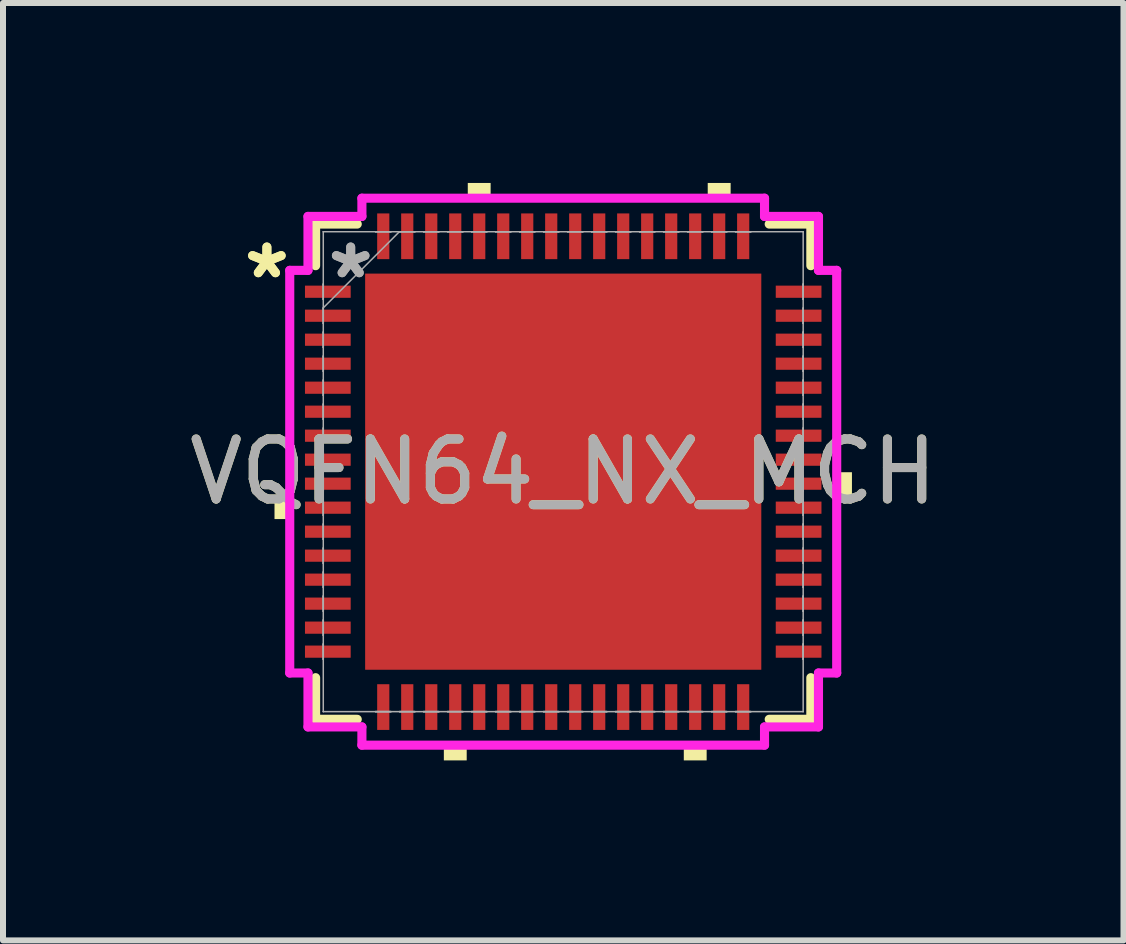
<source format=kicad_pcb>
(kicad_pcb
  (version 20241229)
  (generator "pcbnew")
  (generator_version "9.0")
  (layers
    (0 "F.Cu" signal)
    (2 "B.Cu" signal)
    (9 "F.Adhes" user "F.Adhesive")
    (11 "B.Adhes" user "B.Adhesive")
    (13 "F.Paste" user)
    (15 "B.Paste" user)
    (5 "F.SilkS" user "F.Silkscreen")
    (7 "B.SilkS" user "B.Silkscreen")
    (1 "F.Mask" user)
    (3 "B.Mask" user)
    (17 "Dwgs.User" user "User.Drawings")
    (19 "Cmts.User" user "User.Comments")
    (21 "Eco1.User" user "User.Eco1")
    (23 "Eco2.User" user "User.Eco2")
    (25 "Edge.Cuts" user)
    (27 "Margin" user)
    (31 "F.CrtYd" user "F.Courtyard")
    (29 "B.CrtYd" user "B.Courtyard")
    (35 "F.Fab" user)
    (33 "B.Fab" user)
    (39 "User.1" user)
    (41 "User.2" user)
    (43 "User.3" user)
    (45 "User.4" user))
  (footprint "VQFN64_NX_MCH"
    (layer "F.Cu")
    (at 6.339 4.813)
    (property "Reference" "VQFN64_NX_MCH" (at 0 0 0) (unlocked yes) (layer "F.SilkS") (effects (font (size 1 1) (thickness 0.15))))
    (attr smd)
    (fp_line (start -4.128 -4.128) (end -4.128 -3.434) (stroke (width 0.152) (type solid)) (layer "F.SilkS"))
    (fp_line (start -4.128 3.434) (end -4.128 4.128) (stroke (width 0.152) (type solid)) (layer "F.SilkS"))
    (fp_line (start -4.128 4.128) (end -3.434 4.128) (stroke (width 0.152) (type solid)) (layer "F.SilkS"))
    (fp_line (start -3.434 -4.128) (end -4.128 -4.128) (stroke (width 0.152) (type solid)) (layer "F.SilkS"))
    (fp_line (start 3.434 4.128) (end 4.128 4.128) (stroke (width 0.152) (type solid)) (layer "F.SilkS"))
    (fp_line (start 4.128 -4.128) (end 3.434 -4.128) (stroke (width 0.152) (type solid)) (layer "F.SilkS"))
    (fp_line (start 4.128 -3.434) (end 4.128 -4.128) (stroke (width 0.152) (type solid)) (layer "F.SilkS"))
    (fp_line (start 4.128 4.128) (end 4.128 3.434) (stroke (width 0.152) (type solid)) (layer "F.SilkS"))
    (fp_poly (pts (xy -4.813 0.409) (xy -4.813 0.79) (xy -4.559 0.79) (xy -4.559 0.409)) (stroke (width 0) (type solid)) (fill yes) (layer "F.SilkS"))
    (fp_poly (pts (xy -1.99 4.559) (xy -1.99 4.813) (xy -1.609 4.813) (xy -1.609 4.559)) (stroke (width 0) (type solid)) (fill yes) (layer "F.SilkS"))
    (fp_poly (pts (xy -1.591 -4.559) (xy -1.591 -4.813) (xy -1.21 -4.813) (xy -1.21 -4.559)) (stroke (width 0) (type solid)) (fill yes) (layer "F.SilkS"))
    (fp_poly (pts (xy 2.01 4.559) (xy 2.01 4.813) (xy 2.391 4.813) (xy 2.391 4.559)) (stroke (width 0) (type solid)) (fill yes) (layer "F.SilkS"))
    (fp_poly (pts (xy 2.409 -4.559) (xy 2.409 -4.813) (xy 2.791 -4.813) (xy 2.791 -4.559)) (stroke (width 0) (type solid)) (fill yes) (layer "F.SilkS"))
    (fp_poly (pts (xy 4.813 0.009) (xy 4.813 0.391) (xy 4.559 0.391) (xy 4.559 0.009)) (stroke (width 0) (type solid)) (fill yes) (layer "F.SilkS"))
    (fp_poly (pts (xy -3.202 -3.202) (xy -3.202 -2.081) (xy -2.081 -2.081) (xy -2.081 -3.202)) (stroke (width 0) (type solid)) (fill yes) (layer "F.Paste"))
    (fp_poly (pts (xy -3.202 -1.881) (xy -3.202 -0.76) (xy -2.081 -0.76) (xy -2.081 -1.881)) (stroke (width 0) (type solid)) (fill yes) (layer "F.Paste"))
    (fp_poly (pts (xy -3.202 -0.56) (xy -3.202 0.56) (xy -2.081 0.56) (xy -2.081 -0.56)) (stroke (width 0) (type solid)) (fill yes) (layer "F.Paste"))
    (fp_poly (pts (xy -3.202 0.76) (xy -3.202 1.881) (xy -2.081 1.881) (xy -2.081 0.76)) (stroke (width 0) (type solid)) (fill yes) (layer "F.Paste"))
    (fp_poly (pts (xy -3.202 2.081) (xy -3.202 3.202) (xy -2.081 3.202) (xy -2.081 2.081)) (stroke (width 0) (type solid)) (fill yes) (layer "F.Paste"))
    (fp_poly (pts (xy -1.881 -3.202) (xy -1.881 -2.081) (xy -0.76 -2.081) (xy -0.76 -3.202)) (stroke (width 0) (type solid)) (fill yes) (layer "F.Paste"))
    (fp_poly (pts (xy -1.881 -1.881) (xy -1.881 -0.76) (xy -0.76 -0.76) (xy -0.76 -1.881)) (stroke (width 0) (type solid)) (fill yes) (layer "F.Paste"))
    (fp_poly (pts (xy -1.881 -0.56) (xy -1.881 0.56) (xy -0.76 0.56) (xy -0.76 -0.56)) (stroke (width 0) (type solid)) (fill yes) (layer "F.Paste"))
    (fp_poly (pts (xy -1.881 0.76) (xy -1.881 1.881) (xy -0.76 1.881) (xy -0.76 0.76)) (stroke (width 0) (type solid)) (fill yes) (layer "F.Paste"))
    (fp_poly (pts (xy -1.881 2.081) (xy -1.881 3.202) (xy -0.76 3.202) (xy -0.76 2.081)) (stroke (width 0) (type solid)) (fill yes) (layer "F.Paste"))
    (fp_poly (pts (xy -0.56 -3.202) (xy -0.56 -2.081) (xy 0.56 -2.081) (xy 0.56 -3.202)) (stroke (width 0) (type solid)) (fill yes) (layer "F.Paste"))
    (fp_poly (pts (xy -0.56 -1.881) (xy -0.56 -0.76) (xy 0.56 -0.76) (xy 0.56 -1.881)) (stroke (width 0) (type solid)) (fill yes) (layer "F.Paste"))
    (fp_poly (pts (xy -0.56 -0.56) (xy -0.56 0.56) (xy 0.56 0.56) (xy 0.56 -0.56)) (stroke (width 0) (type solid)) (fill yes) (layer "F.Paste"))
    (fp_poly (pts (xy -0.56 0.76) (xy -0.56 1.881) (xy 0.56 1.881) (xy 0.56 0.76)) (stroke (width 0) (type solid)) (fill yes) (layer "F.Paste"))
    (fp_poly (pts (xy -0.56 2.081) (xy -0.56 3.202) (xy 0.56 3.202) (xy 0.56 2.081)) (stroke (width 0) (type solid)) (fill yes) (layer "F.Paste"))
    (fp_poly (pts (xy 0.76 -3.202) (xy 0.76 -2.081) (xy 1.881 -2.081) (xy 1.881 -3.202)) (stroke (width 0) (type solid)) (fill yes) (layer "F.Paste"))
    (fp_poly (pts (xy 0.76 -1.881) (xy 0.76 -0.76) (xy 1.881 -0.76) (xy 1.881 -1.881)) (stroke (width 0) (type solid)) (fill yes) (layer "F.Paste"))
    (fp_poly (pts (xy 0.76 -0.56) (xy 0.76 0.56) (xy 1.881 0.56) (xy 1.881 -0.56)) (stroke (width 0) (type solid)) (fill yes) (layer "F.Paste"))
    (fp_poly (pts (xy 0.76 0.76) (xy 0.76 1.881) (xy 1.881 1.881) (xy 1.881 0.76)) (stroke (width 0) (type solid)) (fill yes) (layer "F.Paste"))
    (fp_poly (pts (xy 0.76 2.081) (xy 0.76 3.202) (xy 1.881 3.202) (xy 1.881 2.081)) (stroke (width 0) (type solid)) (fill yes) (layer "F.Paste"))
    (fp_poly (pts (xy 2.081 -3.202) (xy 2.081 -2.081) (xy 3.202 -2.081) (xy 3.202 -3.202)) (stroke (width 0) (type solid)) (fill yes) (layer "F.Paste"))
    (fp_poly (pts (xy 2.081 -1.881) (xy 2.081 -0.76) (xy 3.202 -0.76) (xy 3.202 -1.881)) (stroke (width 0) (type solid)) (fill yes) (layer "F.Paste"))
    (fp_poly (pts (xy 2.081 -0.56) (xy 2.081 0.56) (xy 3.202 0.56) (xy 3.202 -0.56)) (stroke (width 0) (type solid)) (fill yes) (layer "F.Paste"))
    (fp_poly (pts (xy 2.081 0.76) (xy 2.081 1.881) (xy 3.202 1.881) (xy 3.202 0.76)) (stroke (width 0) (type solid)) (fill yes) (layer "F.Paste"))
    (fp_poly (pts (xy 2.081 2.081) (xy 2.081 3.202) (xy 3.202 3.202) (xy 3.202 2.081)) (stroke (width 0) (type solid)) (fill yes) (layer "F.Paste"))
    (fp_line (start -4.559 -3.356) (end -4.255 -3.356) (stroke (width 0.152) (type solid)) (layer "F.CrtYd"))
    (fp_line (start -4.559 3.356) (end -4.559 -3.356) (stroke (width 0.152) (type solid)) (layer "F.CrtYd"))
    (fp_line (start -4.255 -4.255) (end -3.356 -4.255) (stroke (width 0.152) (type solid)) (layer "F.CrtYd"))
    (fp_line (start -4.255 -3.356) (end -4.255 -4.255) (stroke (width 0.152) (type solid)) (layer "F.CrtYd"))
    (fp_line (start -4.255 3.356) (end -4.559 3.356) (stroke (width 0.152) (type solid)) (layer "F.CrtYd"))
    (fp_line (start -4.255 4.255) (end -4.255 3.356) (stroke (width 0.152) (type solid)) (layer "F.CrtYd"))
    (fp_line (start -3.356 -4.559) (end 3.356 -4.559) (stroke (width 0.152) (type solid)) (layer "F.CrtYd"))
    (fp_line (start -3.356 -4.255) (end -3.356 -4.559) (stroke (width 0.152) (type solid)) (layer "F.CrtYd"))
    (fp_line (start -3.356 4.255) (end -4.255 4.255) (stroke (width 0.152) (type solid)) (layer "F.CrtYd"))
    (fp_line (start -3.356 4.559) (end -3.356 4.255) (stroke (width 0.152) (type solid)) (layer "F.CrtYd"))
    (fp_line (start 3.356 -4.559) (end 3.356 -4.255) (stroke (width 0.152) (type solid)) (layer "F.CrtYd"))
    (fp_line (start 3.356 -4.255) (end 4.255 -4.255) (stroke (width 0.152) (type solid)) (layer "F.CrtYd"))
    (fp_line (start 3.356 4.255) (end 3.356 4.559) (stroke (width 0.152) (type solid)) (layer "F.CrtYd"))
    (fp_line (start 3.356 4.559) (end -3.356 4.559) (stroke (width 0.152) (type solid)) (layer "F.CrtYd"))
    (fp_line (start 4.255 -4.255) (end 4.255 -3.356) (stroke (width 0.152) (type solid)) (layer "F.CrtYd"))
    (fp_line (start 4.255 -3.356) (end 4.559 -3.356) (stroke (width 0.152) (type solid)) (layer "F.CrtYd"))
    (fp_line (start 4.255 3.356) (end 4.255 4.255) (stroke (width 0.152) (type solid)) (layer "F.CrtYd"))
    (fp_line (start 4.255 4.255) (end 3.356 4.255) (stroke (width 0.152) (type solid)) (layer "F.CrtYd"))
    (fp_line (start 4.559 -3.356) (end 4.559 3.356) (stroke (width 0.152) (type solid)) (layer "F.CrtYd"))
    (fp_line (start 4.559 3.356) (end 4.255 3.356) (stroke (width 0.152) (type solid)) (layer "F.CrtYd"))
    (fp_line (start -4 -4) (end -4 -4) (stroke (width 0.025) (type solid)) (layer "F.Fab"))
    (fp_line (start -4 -4) (end -4 4) (stroke (width 0.025) (type solid)) (layer "F.Fab"))
    (fp_line (start -4 -3.127) (end -4 -3.127) (stroke (width 0.025) (type solid)) (layer "F.Fab"))
    (fp_line (start -4 -3.127) (end -4 -2.873) (stroke (width 0.025) (type solid)) (layer "F.Fab"))
    (fp_line (start -4 -2.873) (end -4 -3.127) (stroke (width 0.025) (type solid)) (layer "F.Fab"))
    (fp_line (start -4 -2.873) (end -4 -2.873) (stroke (width 0.025) (type solid)) (layer "F.Fab"))
    (fp_line (start -4 -2.731) (end -2.731 -4) (stroke (width 0.025) (type solid)) (layer "F.Fab"))
    (fp_line (start -4 -2.727) (end -4 -2.727) (stroke (width 0.025) (type solid)) (layer "F.Fab"))
    (fp_line (start -4 -2.727) (end -4 -2.473) (stroke (width 0.025) (type solid)) (layer "F.Fab"))
    (fp_line (start -4 -2.473) (end -4 -2.727) (stroke (width 0.025) (type solid)) (layer "F.Fab"))
    (fp_line (start -4 -2.473) (end -4 -2.473) (stroke (width 0.025) (type solid)) (layer "F.Fab"))
    (fp_line (start -4 -2.327) (end -4 -2.327) (stroke (width 0.025) (type solid)) (layer "F.Fab"))
    (fp_line (start -4 -2.327) (end -4 -2.073) (stroke (width 0.025) (type solid)) (layer "F.Fab"))
    (fp_line (start -4 -2.073) (end -4 -2.327) (stroke (width 0.025) (type solid)) (layer "F.Fab"))
    (fp_line (start -4 -2.073) (end -4 -2.073) (stroke (width 0.025) (type solid)) (layer "F.Fab"))
    (fp_line (start -4 -1.927) (end -4 -1.927) (stroke (width 0.025) (type solid)) (layer "F.Fab"))
    (fp_line (start -4 -1.927) (end -4 -1.673) (stroke (width 0.025) (type solid)) (layer "F.Fab"))
    (fp_line (start -4 -1.673) (end -4 -1.927) (stroke (width 0.025) (type solid)) (layer "F.Fab"))
    (fp_line (start -4 -1.673) (end -4 -1.673) (stroke (width 0.025) (type solid)) (layer "F.Fab"))
    (fp_line (start -4 -1.527) (end -4 -1.527) (stroke (width 0.025) (type solid)) (layer "F.Fab"))
    (fp_line (start -4 -1.527) (end -4 -1.273) (stroke (width 0.025) (type solid)) (layer "F.Fab"))
    (fp_line (start -4 -1.273) (end -4 -1.527) (stroke (width 0.025) (type solid)) (layer "F.Fab"))
    (fp_line (start -4 -1.273) (end -4 -1.273) (stroke (width 0.025) (type solid)) (layer "F.Fab"))
    (fp_line (start -4 -1.127) (end -4 -1.127) (stroke (width 0.025) (type solid)) (layer "F.Fab"))
    (fp_line (start -4 -1.127) (end -4 -0.873) (stroke (width 0.025) (type solid)) (layer "F.Fab"))
    (fp_line (start -4 -0.873) (end -4 -1.127) (stroke (width 0.025) (type solid)) (layer "F.Fab"))
    (fp_line (start -4 -0.873) (end -4 -0.873) (stroke (width 0.025) (type solid)) (layer "F.Fab"))
    (fp_line (start -4 -0.727) (end -4 -0.727) (stroke (width 0.025) (type solid)) (layer "F.Fab"))
    (fp_line (start -4 -0.727) (end -4 -0.473) (stroke (width 0.025) (type solid)) (layer "F.Fab"))
    (fp_line (start -4 -0.473) (end -4 -0.727) (stroke (width 0.025) (type solid)) (layer "F.Fab"))
    (fp_line (start -4 -0.473) (end -4 -0.473) (stroke (width 0.025) (type solid)) (layer "F.Fab"))
    (fp_line (start -4 -0.327) (end -4 -0.327) (stroke (width 0.025) (type solid)) (layer "F.Fab"))
    (fp_line (start -4 -0.327) (end -4 -0.073) (stroke (width 0.025) (type solid)) (layer "F.Fab"))
    (fp_line (start -4 -0.073) (end -4 -0.327) (stroke (width 0.025) (type solid)) (layer "F.Fab"))
    (fp_line (start -4 -0.073) (end -4 -0.073) (stroke (width 0.025) (type solid)) (layer "F.Fab"))
    (fp_line (start -4 0.073) (end -4 0.073) (stroke (width 0.025) (type solid)) (layer "F.Fab"))
    (fp_line (start -4 0.073) (end -4 0.327) (stroke (width 0.025) (type solid)) (layer "F.Fab"))
    (fp_line (start -4 0.327) (end -4 0.073) (stroke (width 0.025) (type solid)) (layer "F.Fab"))
    (fp_line (start -4 0.327) (end -4 0.327) (stroke (width 0.025) (type solid)) (layer "F.Fab"))
    (fp_line (start -4 0.473) (end -4 0.473) (stroke (width 0.025) (type solid)) (layer "F.Fab"))
    (fp_line (start -4 0.473) (end -4 0.727) (stroke (width 0.025) (type solid)) (layer "F.Fab"))
    (fp_line (start -4 0.727) (end -4 0.473) (stroke (width 0.025) (type solid)) (layer "F.Fab"))
    (fp_line (start -4 0.727) (end -4 0.727) (stroke (width 0.025) (type solid)) (layer "F.Fab"))
    (fp_line (start -4 0.873) (end -4 0.873) (stroke (width 0.025) (type solid)) (layer "F.Fab"))
    (fp_line (start -4 0.873) (end -4 1.127) (stroke (width 0.025) (type solid)) (layer "F.Fab"))
    (fp_line (start -4 1.127) (end -4 0.873) (stroke (width 0.025) (type solid)) (layer "F.Fab"))
    (fp_line (start -4 1.127) (end -4 1.127) (stroke (width 0.025) (type solid)) (layer "F.Fab"))
    (fp_line (start -4 1.273) (end -4 1.273) (stroke (width 0.025) (type solid)) (layer "F.Fab"))
    (fp_line (start -4 1.273) (end -4 1.527) (stroke (width 0.025) (type solid)) (layer "F.Fab"))
    (fp_line (start -4 1.527) (end -4 1.273) (stroke (width 0.025) (type solid)) (layer "F.Fab"))
    (fp_line (start -4 1.527) (end -4 1.527) (stroke (width 0.025) (type solid)) (layer "F.Fab"))
    (fp_line (start -4 1.673) (end -4 1.673) (stroke (width 0.025) (type solid)) (layer "F.Fab"))
    (fp_line (start -4 1.673) (end -4 1.927) (stroke (width 0.025) (type solid)) (layer "F.Fab"))
    (fp_line (start -4 1.927) (end -4 1.673) (stroke (width 0.025) (type solid)) (layer "F.Fab"))
    (fp_line (start -4 1.927) (end -4 1.927) (stroke (width 0.025) (type solid)) (layer "F.Fab"))
    (fp_line (start -4 2.073) (end -4 2.073) (stroke (width 0.025) (type solid)) (layer "F.Fab"))
    (fp_line (start -4 2.073) (end -4 2.327) (stroke (width 0.025) (type solid)) (layer "F.Fab"))
    (fp_line (start -4 2.327) (end -4 2.073) (stroke (width 0.025) (type solid)) (layer "F.Fab"))
    (fp_line (start -4 2.327) (end -4 2.327) (stroke (width 0.025) (type solid)) (layer "F.Fab"))
    (fp_line (start -4 2.473) (end -4 2.473) (stroke (width 0.025) (type solid)) (layer "F.Fab"))
    (fp_line (start -4 2.473) (end -4 2.727) (stroke (width 0.025) (type solid)) (layer "F.Fab"))
    (fp_line (start -4 2.727) (end -4 2.473) (stroke (width 0.025) (type solid)) (layer "F.Fab"))
    (fp_line (start -4 2.727) (end -4 2.727) (stroke (width 0.025) (type solid)) (layer "F.Fab"))
    (fp_line (start -4 2.873) (end -4 2.873) (stroke (width 0.025) (type solid)) (layer "F.Fab"))
    (fp_line (start -4 2.873) (end -4 3.127) (stroke (width 0.025) (type solid)) (layer "F.Fab"))
    (fp_line (start -4 3.127) (end -4 2.873) (stroke (width 0.025) (type solid)) (layer "F.Fab"))
    (fp_line (start -4 3.127) (end -4 3.127) (stroke (width 0.025) (type solid)) (layer "F.Fab"))
    (fp_line (start -4 4) (end -4 4) (stroke (width 0.025) (type solid)) (layer "F.Fab"))
    (fp_line (start -4 4) (end 4 4) (stroke (width 0.025) (type solid)) (layer "F.Fab"))
    (fp_line (start -3.127 -4) (end -3.127 -4) (stroke (width 0.025) (type solid)) (layer "F.Fab"))
    (fp_line (start -3.127 -4) (end -2.873 -4) (stroke (width 0.025) (type solid)) (layer "F.Fab"))
    (fp_line (start -3.127 4) (end -3.127 4) (stroke (width 0.025) (type solid)) (layer "F.Fab"))
    (fp_line (start -3.127 4) (end -2.873 4) (stroke (width 0.025) (type solid)) (layer "F.Fab"))
    (fp_line (start -2.873 -4) (end -3.127 -4) (stroke (width 0.025) (type solid)) (layer "F.Fab"))
    (fp_line (start -2.873 -4) (end -2.873 -4) (stroke (width 0.025) (type solid)) (layer "F.Fab"))
    (fp_line (start -2.873 4) (end -3.127 4) (stroke (width 0.025) (type solid)) (layer "F.Fab"))
    (fp_line (start -2.873 4) (end -2.873 4) (stroke (width 0.025) (type solid)) (layer "F.Fab"))
    (fp_line (start -2.727 -4) (end -2.727 -4) (stroke (width 0.025) (type solid)) (layer "F.Fab"))
    (fp_line (start -2.727 -4) (end -2.473 -4) (stroke (width 0.025) (type solid)) (layer "F.Fab"))
    (fp_line (start -2.727 4) (end -2.727 4) (stroke (width 0.025) (type solid)) (layer "F.Fab"))
    (fp_line (start -2.727 4) (end -2.473 4) (stroke (width 0.025) (type solid)) (layer "F.Fab"))
    (fp_line (start -2.473 -4) (end -2.727 -4) (stroke (width 0.025) (type solid)) (layer "F.Fab"))
    (fp_line (start -2.473 -4) (end -2.473 -4) (stroke (width 0.025) (type solid)) (layer "F.Fab"))
    (fp_line (start -2.473 4) (end -2.727 4) (stroke (width 0.025) (type solid)) (layer "F.Fab"))
    (fp_line (start -2.473 4) (end -2.473 4) (stroke (width 0.025) (type solid)) (layer "F.Fab"))
    (fp_line (start -2.327 -4) (end -2.327 -4) (stroke (width 0.025) (type solid)) (layer "F.Fab"))
    (fp_line (start -2.327 -4) (end -2.073 -4) (stroke (width 0.025) (type solid)) (layer "F.Fab"))
    (fp_line (start -2.327 4) (end -2.327 4) (stroke (width 0.025) (type solid)) (layer "F.Fab"))
    (fp_line (start -2.327 4) (end -2.073 4) (stroke (width 0.025) (type solid)) (layer "F.Fab"))
    (fp_line (start -2.073 -4) (end -2.327 -4) (stroke (width 0.025) (type solid)) (layer "F.Fab"))
    (fp_line (start -2.073 -4) (end -2.073 -4) (stroke (width 0.025) (type solid)) (layer "F.Fab"))
    (fp_line (start -2.073 4) (end -2.327 4) (stroke (width 0.025) (type solid)) (layer "F.Fab"))
    (fp_line (start -2.073 4) (end -2.073 4) (stroke (width 0.025) (type solid)) (layer "F.Fab"))
    (fp_line (start -1.927 -4) (end -1.927 -4) (stroke (width 0.025) (type solid)) (layer "F.Fab"))
    (fp_line (start -1.927 -4) (end -1.673 -4) (stroke (width 0.025) (type solid)) (layer "F.Fab"))
    (fp_line (start -1.927 4) (end -1.927 4) (stroke (width 0.025) (type solid)) (layer "F.Fab"))
    (fp_line (start -1.927 4) (end -1.673 4) (stroke (width 0.025) (type solid)) (layer "F.Fab"))
    (fp_line (start -1.673 -4) (end -1.927 -4) (stroke (width 0.025) (type solid)) (layer "F.Fab"))
    (fp_line (start -1.673 -4) (end -1.673 -4) (stroke (width 0.025) (type solid)) (layer "F.Fab"))
    (fp_line (start -1.673 4) (end -1.927 4) (stroke (width 0.025) (type solid)) (layer "F.Fab"))
    (fp_line (start -1.673 4) (end -1.673 4) (stroke (width 0.025) (type solid)) (layer "F.Fab"))
    (fp_line (start -1.527 -4) (end -1.527 -4) (stroke (width 0.025) (type solid)) (layer "F.Fab"))
    (fp_line (start -1.527 -4) (end -1.273 -4) (stroke (width 0.025) (type solid)) (layer "F.Fab"))
    (fp_line (start -1.527 4) (end -1.527 4) (stroke (width 0.025) (type solid)) (layer "F.Fab"))
    (fp_line (start -1.527 4) (end -1.273 4) (stroke (width 0.025) (type solid)) (layer "F.Fab"))
    (fp_line (start -1.273 -4) (end -1.527 -4) (stroke (width 0.025) (type solid)) (layer "F.Fab"))
    (fp_line (start -1.273 -4) (end -1.273 -4) (stroke (width 0.025) (type solid)) (layer "F.Fab"))
    (fp_line (start -1.273 4) (end -1.527 4) (stroke (width 0.025) (type solid)) (layer "F.Fab"))
    (fp_line (start -1.273 4) (end -1.273 4) (stroke (width 0.025) (type solid)) (layer "F.Fab"))
    (fp_line (start -1.127 -4) (end -1.127 -4) (stroke (width 0.025) (type solid)) (layer "F.Fab"))
    (fp_line (start -1.127 -4) (end -0.873 -4) (stroke (width 0.025) (type solid)) (layer "F.Fab"))
    (fp_line (start -1.127 4) (end -1.127 4) (stroke (width 0.025) (type solid)) (layer "F.Fab"))
    (fp_line (start -1.127 4) (end -0.873 4) (stroke (width 0.025) (type solid)) (layer "F.Fab"))
    (fp_line (start -0.873 -4) (end -1.127 -4) (stroke (width 0.025) (type solid)) (layer "F.Fab"))
    (fp_line (start -0.873 -4) (end -0.873 -4) (stroke (width 0.025) (type solid)) (layer "F.Fab"))
    (fp_line (start -0.873 4) (end -1.127 4) (stroke (width 0.025) (type solid)) (layer "F.Fab"))
    (fp_line (start -0.873 4) (end -0.873 4) (stroke (width 0.025) (type solid)) (layer "F.Fab"))
    (fp_line (start -0.727 -4) (end -0.727 -4) (stroke (width 0.025) (type solid)) (layer "F.Fab"))
    (fp_line (start -0.727 -4) (end -0.473 -4) (stroke (width 0.025) (type solid)) (layer "F.Fab"))
    (fp_line (start -0.727 4) (end -0.727 4) (stroke (width 0.025) (type solid)) (layer "F.Fab"))
    (fp_line (start -0.727 4) (end -0.473 4) (stroke (width 0.025) (type solid)) (layer "F.Fab"))
    (fp_line (start -0.473 -4) (end -0.727 -4) (stroke (width 0.025) (type solid)) (layer "F.Fab"))
    (fp_line (start -0.473 -4) (end -0.473 -4) (stroke (width 0.025) (type solid)) (layer "F.Fab"))
    (fp_line (start -0.473 4) (end -0.727 4) (stroke (width 0.025) (type solid)) (layer "F.Fab"))
    (fp_line (start -0.473 4) (end -0.473 4) (stroke (width 0.025) (type solid)) (layer "F.Fab"))
    (fp_line (start -0.327 -4) (end -0.327 -4) (stroke (width 0.025) (type solid)) (layer "F.Fab"))
    (fp_line (start -0.327 -4) (end -0.073 -4) (stroke (width 0.025) (type solid)) (layer "F.Fab"))
    (fp_line (start -0.327 4) (end -0.327 4) (stroke (width 0.025) (type solid)) (layer "F.Fab"))
    (fp_line (start -0.327 4) (end -0.073 4) (stroke (width 0.025) (type solid)) (layer "F.Fab"))
    (fp_line (start -0.073 -4) (end -0.327 -4) (stroke (width 0.025) (type solid)) (layer "F.Fab"))
    (fp_line (start -0.073 -4) (end -0.073 -4) (stroke (width 0.025) (type solid)) (layer "F.Fab"))
    (fp_line (start -0.073 4) (end -0.327 4) (stroke (width 0.025) (type solid)) (layer "F.Fab"))
    (fp_line (start -0.073 4) (end -0.073 4) (stroke (width 0.025) (type solid)) (layer "F.Fab"))
    (fp_line (start 0.073 -4) (end 0.073 -4) (stroke (width 0.025) (type solid)) (layer "F.Fab"))
    (fp_line (start 0.073 -4) (end 0.327 -4) (stroke (width 0.025) (type solid)) (layer "F.Fab"))
    (fp_line (start 0.073 4) (end 0.073 4) (stroke (width 0.025) (type solid)) (layer "F.Fab"))
    (fp_line (start 0.073 4) (end 0.327 4) (stroke (width 0.025) (type solid)) (layer "F.Fab"))
    (fp_line (start 0.327 -4) (end 0.073 -4) (stroke (width 0.025) (type solid)) (layer "F.Fab"))
    (fp_line (start 0.327 -4) (end 0.327 -4) (stroke (width 0.025) (type solid)) (layer "F.Fab"))
    (fp_line (start 0.327 4) (end 0.073 4) (stroke (width 0.025) (type solid)) (layer "F.Fab"))
    (fp_line (start 0.327 4) (end 0.327 4) (stroke (width 0.025) (type solid)) (layer "F.Fab"))
    (fp_line (start 0.473 -4) (end 0.473 -4) (stroke (width 0.025) (type solid)) (layer "F.Fab"))
    (fp_line (start 0.473 -4) (end 0.727 -4) (stroke (width 0.025) (type solid)) (layer "F.Fab"))
    (fp_line (start 0.473 4) (end 0.473 4) (stroke (width 0.025) (type solid)) (layer "F.Fab"))
    (fp_line (start 0.473 4) (end 0.727 4) (stroke (width 0.025) (type solid)) (layer "F.Fab"))
    (fp_line (start 0.727 -4) (end 0.473 -4) (stroke (width 0.025) (type solid)) (layer "F.Fab"))
    (fp_line (start 0.727 -4) (end 0.727 -4) (stroke (width 0.025) (type solid)) (layer "F.Fab"))
    (fp_line (start 0.727 4) (end 0.473 4) (stroke (width 0.025) (type solid)) (layer "F.Fab"))
    (fp_line (start 0.727 4) (end 0.727 4) (stroke (width 0.025) (type solid)) (layer "F.Fab"))
    (fp_line (start 0.873 -4) (end 0.873 -4) (stroke (width 0.025) (type solid)) (layer "F.Fab"))
    (fp_line (start 0.873 -4) (end 1.127 -4) (stroke (width 0.025) (type solid)) (layer "F.Fab"))
    (fp_line (start 0.873 4) (end 0.873 4) (stroke (width 0.025) (type solid)) (layer "F.Fab"))
    (fp_line (start 0.873 4) (end 1.127 4) (stroke (width 0.025) (type solid)) (layer "F.Fab"))
    (fp_line (start 1.127 -4) (end 0.873 -4) (stroke (width 0.025) (type solid)) (layer "F.Fab"))
    (fp_line (start 1.127 -4) (end 1.127 -4) (stroke (width 0.025) (type solid)) (layer "F.Fab"))
    (fp_line (start 1.127 4) (end 0.873 4) (stroke (width 0.025) (type solid)) (layer "F.Fab"))
    (fp_line (start 1.127 4) (end 1.127 4) (stroke (width 0.025) (type solid)) (layer "F.Fab"))
    (fp_line (start 1.273 -4) (end 1.273 -4) (stroke (width 0.025) (type solid)) (layer "F.Fab"))
    (fp_line (start 1.273 -4) (end 1.527 -4) (stroke (width 0.025) (type solid)) (layer "F.Fab"))
    (fp_line (start 1.273 4) (end 1.273 4) (stroke (width 0.025) (type solid)) (layer "F.Fab"))
    (fp_line (start 1.273 4) (end 1.527 4) (stroke (width 0.025) (type solid)) (layer "F.Fab"))
    (fp_line (start 1.527 -4) (end 1.273 -4) (stroke (width 0.025) (type solid)) (layer "F.Fab"))
    (fp_line (start 1.527 -4) (end 1.527 -4) (stroke (width 0.025) (type solid)) (layer "F.Fab"))
    (fp_line (start 1.527 4) (end 1.273 4) (stroke (width 0.025) (type solid)) (layer "F.Fab"))
    (fp_line (start 1.527 4) (end 1.527 4) (stroke (width 0.025) (type solid)) (layer "F.Fab"))
    (fp_line (start 1.673 -4) (end 1.673 -4) (stroke (width 0.025) (type solid)) (layer "F.Fab"))
    (fp_line (start 1.673 -4) (end 1.927 -4) (stroke (width 0.025) (type solid)) (layer "F.Fab"))
    (fp_line (start 1.673 4) (end 1.673 4) (stroke (width 0.025) (type solid)) (layer "F.Fab"))
    (fp_line (start 1.673 4) (end 1.927 4) (stroke (width 0.025) (type solid)) (layer "F.Fab"))
    (fp_line (start 1.927 -4) (end 1.673 -4) (stroke (width 0.025) (type solid)) (layer "F.Fab"))
    (fp_line (start 1.927 -4) (end 1.927 -4) (stroke (width 0.025) (type solid)) (layer "F.Fab"))
    (fp_line (start 1.927 4) (end 1.673 4) (stroke (width 0.025) (type solid)) (layer "F.Fab"))
    (fp_line (start 1.927 4) (end 1.927 4) (stroke (width 0.025) (type solid)) (layer "F.Fab"))
    (fp_line (start 2.073 -4) (end 2.073 -4) (stroke (width 0.025) (type solid)) (layer "F.Fab"))
    (fp_line (start 2.073 -4) (end 2.327 -4) (stroke (width 0.025) (type solid)) (layer "F.Fab"))
    (fp_line (start 2.073 4) (end 2.073 4) (stroke (width 0.025) (type solid)) (layer "F.Fab"))
    (fp_line (start 2.073 4) (end 2.327 4) (stroke (width 0.025) (type solid)) (layer "F.Fab"))
    (fp_line (start 2.327 -4) (end 2.073 -4) (stroke (width 0.025) (type solid)) (layer "F.Fab"))
    (fp_line (start 2.327 -4) (end 2.327 -4) (stroke (width 0.025) (type solid)) (layer "F.Fab"))
    (fp_line (start 2.327 4) (end 2.073 4) (stroke (width 0.025) (type solid)) (layer "F.Fab"))
    (fp_line (start 2.327 4) (end 2.327 4) (stroke (width 0.025) (type solid)) (layer "F.Fab"))
    (fp_line (start 2.473 -4) (end 2.473 -4) (stroke (width 0.025) (type solid)) (layer "F.Fab"))
    (fp_line (start 2.473 -4) (end 2.727 -4) (stroke (width 0.025) (type solid)) (layer "F.Fab"))
    (fp_line (start 2.473 4) (end 2.473 4) (stroke (width 0.025) (type solid)) (layer "F.Fab"))
    (fp_line (start 2.473 4) (end 2.727 4) (stroke (width 0.025) (type solid)) (layer "F.Fab"))
    (fp_line (start 2.727 -4) (end 2.473 -4) (stroke (width 0.025) (type solid)) (layer "F.Fab"))
    (fp_line (start 2.727 -4) (end 2.727 -4) (stroke (width 0.025) (type solid)) (layer "F.Fab"))
    (fp_line (start 2.727 4) (end 2.473 4) (stroke (width 0.025) (type solid)) (layer "F.Fab"))
    (fp_line (start 2.727 4) (end 2.727 4) (stroke (width 0.025) (type solid)) (layer "F.Fab"))
    (fp_line (start 2.873 -4) (end 2.873 -4) (stroke (width 0.025) (type solid)) (layer "F.Fab"))
    (fp_line (start 2.873 -4) (end 3.127 -4) (stroke (width 0.025) (type solid)) (layer "F.Fab"))
    (fp_line (start 2.873 4) (end 2.873 4) (stroke (width 0.025) (type solid)) (layer "F.Fab"))
    (fp_line (start 2.873 4) (end 3.127 4) (stroke (width 0.025) (type solid)) (layer "F.Fab"))
    (fp_line (start 3.127 -4) (end 2.873 -4) (stroke (width 0.025) (type solid)) (layer "F.Fab"))
    (fp_line (start 3.127 -4) (end 3.127 -4) (stroke (width 0.025) (type solid)) (layer "F.Fab"))
    (fp_line (start 3.127 4) (end 2.873 4) (stroke (width 0.025) (type solid)) (layer "F.Fab"))
    (fp_line (start 3.127 4) (end 3.127 4) (stroke (width 0.025) (type solid)) (layer "F.Fab"))
    (fp_line (start 4 -4) (end -4 -4) (stroke (width 0.025) (type solid)) (layer "F.Fab"))
    (fp_line (start 4 -4) (end 4 -4) (stroke (width 0.025) (type solid)) (layer "F.Fab"))
    (fp_line (start 4 -3.127) (end 4 -3.127) (stroke (width 0.025) (type solid)) (layer "F.Fab"))
    (fp_line (start 4 -3.127) (end 4 -2.873) (stroke (width 0.025) (type solid)) (layer "F.Fab"))
    (fp_line (start 4 -2.873) (end 4 -3.127) (stroke (width 0.025) (type solid)) (layer "F.Fab"))
    (fp_line (start 4 -2.873) (end 4 -2.873) (stroke (width 0.025) (type solid)) (layer "F.Fab"))
    (fp_line (start 4 -2.727) (end 4 -2.727) (stroke (width 0.025) (type solid)) (layer "F.Fab"))
    (fp_line (start 4 -2.727) (end 4 -2.473) (stroke (width 0.025) (type solid)) (layer "F.Fab"))
    (fp_line (start 4 -2.473) (end 4 -2.727) (stroke (width 0.025) (type solid)) (layer "F.Fab"))
    (fp_line (start 4 -2.473) (end 4 -2.473) (stroke (width 0.025) (type solid)) (layer "F.Fab"))
    (fp_line (start 4 -2.327) (end 4 -2.327) (stroke (width 0.025) (type solid)) (layer "F.Fab"))
    (fp_line (start 4 -2.327) (end 4 -2.073) (stroke (width 0.025) (type solid)) (layer "F.Fab"))
    (fp_line (start 4 -2.073) (end 4 -2.327) (stroke (width 0.025) (type solid)) (layer "F.Fab"))
    (fp_line (start 4 -2.073) (end 4 -2.073) (stroke (width 0.025) (type solid)) (layer "F.Fab"))
    (fp_line (start 4 -1.927) (end 4 -1.927) (stroke (width 0.025) (type solid)) (layer "F.Fab"))
    (fp_line (start 4 -1.927) (end 4 -1.673) (stroke (width 0.025) (type solid)) (layer "F.Fab"))
    (fp_line (start 4 -1.673) (end 4 -1.927) (stroke (width 0.025) (type solid)) (layer "F.Fab"))
    (fp_line (start 4 -1.673) (end 4 -1.673) (stroke (width 0.025) (type solid)) (layer "F.Fab"))
    (fp_line (start 4 -1.527) (end 4 -1.527) (stroke (width 0.025) (type solid)) (layer "F.Fab"))
    (fp_line (start 4 -1.527) (end 4 -1.273) (stroke (width 0.025) (type solid)) (layer "F.Fab"))
    (fp_line (start 4 -1.273) (end 4 -1.527) (stroke (width 0.025) (type solid)) (layer "F.Fab"))
    (fp_line (start 4 -1.273) (end 4 -1.273) (stroke (width 0.025) (type solid)) (layer "F.Fab"))
    (fp_line (start 4 -1.127) (end 4 -1.127) (stroke (width 0.025) (type solid)) (layer "F.Fab"))
    (fp_line (start 4 -1.127) (end 4 -0.873) (stroke (width 0.025) (type solid)) (layer "F.Fab"))
    (fp_line (start 4 -0.873) (end 4 -1.127) (stroke (width 0.025) (type solid)) (layer "F.Fab"))
    (fp_line (start 4 -0.873) (end 4 -0.873) (stroke (width 0.025) (type solid)) (layer "F.Fab"))
    (fp_line (start 4 -0.727) (end 4 -0.727) (stroke (width 0.025) (type solid)) (layer "F.Fab"))
    (fp_line (start 4 -0.727) (end 4 -0.473) (stroke (width 0.025) (type solid)) (layer "F.Fab"))
    (fp_line (start 4 -0.473) (end 4 -0.727) (stroke (width 0.025) (type solid)) (layer "F.Fab"))
    (fp_line (start 4 -0.473) (end 4 -0.473) (stroke (width 0.025) (type solid)) (layer "F.Fab"))
    (fp_line (start 4 -0.327) (end 4 -0.327) (stroke (width 0.025) (type solid)) (layer "F.Fab"))
    (fp_line (start 4 -0.327) (end 4 -0.073) (stroke (width 0.025) (type solid)) (layer "F.Fab"))
    (fp_line (start 4 -0.073) (end 4 -0.327) (stroke (width 0.025) (type solid)) (layer "F.Fab"))
    (fp_line (start 4 -0.073) (end 4 -0.073) (stroke (width 0.025) (type solid)) (layer "F.Fab"))
    (fp_line (start 4 0.073) (end 4 0.073) (stroke (width 0.025) (type solid)) (layer "F.Fab"))
    (fp_line (start 4 0.073) (end 4 0.327) (stroke (width 0.025) (type solid)) (layer "F.Fab"))
    (fp_line (start 4 0.327) (end 4 0.073) (stroke (width 0.025) (type solid)) (layer "F.Fab"))
    (fp_line (start 4 0.327) (end 4 0.327) (stroke (width 0.025) (type solid)) (layer "F.Fab"))
    (fp_line (start 4 0.473) (end 4 0.473) (stroke (width 0.025) (type solid)) (layer "F.Fab"))
    (fp_line (start 4 0.473) (end 4 0.727) (stroke (width 0.025) (type solid)) (layer "F.Fab"))
    (fp_line (start 4 0.727) (end 4 0.473) (stroke (width 0.025) (type solid)) (layer "F.Fab"))
    (fp_line (start 4 0.727) (end 4 0.727) (stroke (width 0.025) (type solid)) (layer "F.Fab"))
    (fp_line (start 4 0.873) (end 4 0.873) (stroke (width 0.025) (type solid)) (layer "F.Fab"))
    (fp_line (start 4 0.873) (end 4 1.127) (stroke (width 0.025) (type solid)) (layer "F.Fab"))
    (fp_line (start 4 1.127) (end 4 0.873) (stroke (width 0.025) (type solid)) (layer "F.Fab"))
    (fp_line (start 4 1.127) (end 4 1.127) (stroke (width 0.025) (type solid)) (layer "F.Fab"))
    (fp_line (start 4 1.273) (end 4 1.273) (stroke (width 0.025) (type solid)) (layer "F.Fab"))
    (fp_line (start 4 1.273) (end 4 1.527) (stroke (width 0.025) (type solid)) (layer "F.Fab"))
    (fp_line (start 4 1.527) (end 4 1.273) (stroke (width 0.025) (type solid)) (layer "F.Fab"))
    (fp_line (start 4 1.527) (end 4 1.527) (stroke (width 0.025) (type solid)) (layer "F.Fab"))
    (fp_line (start 4 1.673) (end 4 1.673) (stroke (width 0.025) (type solid)) (layer "F.Fab"))
    (fp_line (start 4 1.673) (end 4 1.927) (stroke (width 0.025) (type solid)) (layer "F.Fab"))
    (fp_line (start 4 1.927) (end 4 1.673) (stroke (width 0.025) (type solid)) (layer "F.Fab"))
    (fp_line (start 4 1.927) (end 4 1.927) (stroke (width 0.025) (type solid)) (layer "F.Fab"))
    (fp_line (start 4 2.073) (end 4 2.073) (stroke (width 0.025) (type solid)) (layer "F.Fab"))
    (fp_line (start 4 2.073) (end 4 2.327) (stroke (width 0.025) (type solid)) (layer "F.Fab"))
    (fp_line (start 4 2.327) (end 4 2.073) (stroke (width 0.025) (type solid)) (layer "F.Fab"))
    (fp_line (start 4 2.327) (end 4 2.327) (stroke (width 0.025) (type solid)) (layer "F.Fab"))
    (fp_line (start 4 2.473) (end 4 2.473) (stroke (width 0.025) (type solid)) (layer "F.Fab"))
    (fp_line (start 4 2.473) (end 4 2.727) (stroke (width 0.025) (type solid)) (layer "F.Fab"))
    (fp_line (start 4 2.727) (end 4 2.473) (stroke (width 0.025) (type solid)) (layer "F.Fab"))
    (fp_line (start 4 2.727) (end 4 2.727) (stroke (width 0.025) (type solid)) (layer "F.Fab"))
    (fp_line (start 4 2.873) (end 4 2.873) (stroke (width 0.025) (type solid)) (layer "F.Fab"))
    (fp_line (start 4 2.873) (end 4 3.127) (stroke (width 0.025) (type solid)) (layer "F.Fab"))
    (fp_line (start 4 3.127) (end 4 2.873) (stroke (width 0.025) (type solid)) (layer "F.Fab"))
    (fp_line (start 4 3.127) (end 4 3.127) (stroke (width 0.025) (type solid)) (layer "F.Fab"))
    (fp_line (start 4 4) (end 4 -4) (stroke (width 0.025) (type solid)) (layer "F.Fab"))
    (fp_line (start 4 4) (end 4 4) (stroke (width 0.025) (type solid)) (layer "F.Fab"))
    (fp_text user "*" (at -4.94 -3.2 0) (unlocked yes) (layer "F.SilkS") (effects (font (size 1 1) (thickness 0.15))))
    (fp_text user "*" (at -4.94 -3.2 0) (layer "F.SilkS") (effects (font (size 1 1) (thickness 0.15))))
    (fp_text user "${REFERENCE}" (at 0 0 0) (unlocked yes) (layer "F.Fab") (effects (font (size 1 1) (thickness 0.15))))
    (fp_text user "*" (at -3.543 -3.2 0) (unlocked yes) (layer "F.Fab") (effects (font (size 1 1) (thickness 0.15))))
    (fp_text user "*" (at -3.543 -3.2 0) (layer "F.Fab") (effects (font (size 1 1) (thickness 0.15))))
    (pad "1" smd rect (at -3.924 -3 90) (size 0.203 0.762) (layers "F.Cu" "F.Mask" "F.Paste"))
    (pad "2" smd rect (at -3.924 -2.6 90) (size 0.203 0.762) (layers "F.Cu" "F.Mask" "F.Paste"))
    (pad "3" smd rect (at -3.924 -2.2 90) (size 0.203 0.762) (layers "F.Cu" "F.Mask" "F.Paste"))
    (pad "4" smd rect (at -3.924 -1.8 90) (size 0.203 0.762) (layers "F.Cu" "F.Mask" "F.Paste"))
    (pad "5" smd rect (at -3.924 -1.4 90) (size 0.203 0.762) (layers "F.Cu" "F.Mask" "F.Paste"))
    (pad "6" smd rect (at -3.924 -1 90) (size 0.203 0.762) (layers "F.Cu" "F.Mask" "F.Paste"))
    (pad "7" smd rect (at -3.924 -0.6 90) (size 0.203 0.762) (layers "F.Cu" "F.Mask" "F.Paste"))
    (pad "8" smd rect (at -3.924 -0.2 90) (size 0.203 0.762) (layers "F.Cu" "F.Mask" "F.Paste"))
    (pad "9" smd rect (at -3.924 0.2 90) (size 0.203 0.762) (layers "F.Cu" "F.Mask" "F.Paste"))
    (pad "10" smd rect (at -3.924 0.6 90) (size 0.203 0.762) (layers "F.Cu" "F.Mask" "F.Paste"))
    (pad "11" smd rect (at -3.924 1 90) (size 0.203 0.762) (layers "F.Cu" "F.Mask" "F.Paste"))
    (pad "12" smd rect (at -3.924 1.4 90) (size 0.203 0.762) (layers "F.Cu" "F.Mask" "F.Paste"))
    (pad "13" smd rect (at -3.924 1.8 90) (size 0.203 0.762) (layers "F.Cu" "F.Mask" "F.Paste"))
    (pad "14" smd rect (at -3.924 2.2 90) (size 0.203 0.762) (layers "F.Cu" "F.Mask" "F.Paste"))
    (pad "15" smd rect (at -3.924 2.6 90) (size 0.203 0.762) (layers "F.Cu" "F.Mask" "F.Paste"))
    (pad "16" smd rect (at -3.924 3 90) (size 0.203 0.762) (layers "F.Cu" "F.Mask" "F.Paste"))
    (pad "17" smd rect (at -3 3.924) (size 0.203 0.762) (layers "F.Cu" "F.Mask" "F.Paste"))
    (pad "18" smd rect (at -2.6 3.924) (size 0.203 0.762) (layers "F.Cu" "F.Mask" "F.Paste"))
    (pad "19" smd rect (at -2.2 3.924) (size 0.203 0.762) (layers "F.Cu" "F.Mask" "F.Paste"))
    (pad "20" smd rect (at -1.8 3.924) (size 0.203 0.762) (layers "F.Cu" "F.Mask" "F.Paste"))
    (pad "21" smd rect (at -1.4 3.924) (size 0.203 0.762) (layers "F.Cu" "F.Mask" "F.Paste"))
    (pad "22" smd rect (at -1 3.924) (size 0.203 0.762) (layers "F.Cu" "F.Mask" "F.Paste"))
    (pad "23" smd rect (at -0.6 3.924) (size 0.203 0.762) (layers "F.Cu" "F.Mask" "F.Paste"))
    (pad "24" smd rect (at -0.2 3.924) (size 0.203 0.762) (layers "F.Cu" "F.Mask" "F.Paste"))
    (pad "25" smd rect (at 0.2 3.924) (size 0.203 0.762) (layers "F.Cu" "F.Mask" "F.Paste"))
    (pad "26" smd rect (at 0.6 3.924) (size 0.203 0.762) (layers "F.Cu" "F.Mask" "F.Paste"))
    (pad "27" smd rect (at 1 3.924) (size 0.203 0.762) (layers "F.Cu" "F.Mask" "F.Paste"))
    (pad "28" smd rect (at 1.4 3.924) (size 0.203 0.762) (layers "F.Cu" "F.Mask" "F.Paste"))
    (pad "29" smd rect (at 1.8 3.924) (size 0.203 0.762) (layers "F.Cu" "F.Mask" "F.Paste"))
    (pad "30" smd rect (at 2.2 3.924) (size 0.203 0.762) (layers "F.Cu" "F.Mask" "F.Paste"))
    (pad "31" smd rect (at 2.6 3.924) (size 0.203 0.762) (layers "F.Cu" "F.Mask" "F.Paste"))
    (pad "32" smd rect (at 3 3.924) (size 0.203 0.762) (layers "F.Cu" "F.Mask" "F.Paste"))
    (pad "33" smd rect (at 3.924 3 90) (size 0.203 0.762) (layers "F.Cu" "F.Mask" "F.Paste"))
    (pad "34" smd rect (at 3.924 2.6 90) (size 0.203 0.762) (layers "F.Cu" "F.Mask" "F.Paste"))
    (pad "35" smd rect (at 3.924 2.2 90) (size 0.203 0.762) (layers "F.Cu" "F.Mask" "F.Paste"))
    (pad "36" smd rect (at 3.924 1.8 90) (size 0.203 0.762) (layers "F.Cu" "F.Mask" "F.Paste"))
    (pad "37" smd rect (at 3.924 1.4 90) (size 0.203 0.762) (layers "F.Cu" "F.Mask" "F.Paste"))
    (pad "38" smd rect (at 3.924 1 90) (size 0.203 0.762) (layers "F.Cu" "F.Mask" "F.Paste"))
    (pad "39" smd rect (at 3.924 0.6 90) (size 0.203 0.762) (layers "F.Cu" "F.Mask" "F.Paste"))
    (pad "40" smd rect (at 3.924 0.2 90) (size 0.203 0.762) (layers "F.Cu" "F.Mask" "F.Paste"))
    (pad "41" smd rect (at 3.924 -0.2 90) (size 0.203 0.762) (layers "F.Cu" "F.Mask" "F.Paste"))
    (pad "42" smd rect (at 3.924 -0.6 90) (size 0.203 0.762) (layers "F.Cu" "F.Mask" "F.Paste"))
    (pad "43" smd rect (at 3.924 -1 90) (size 0.203 0.762) (layers "F.Cu" "F.Mask" "F.Paste"))
    (pad "44" smd rect (at 3.924 -1.4 90) (size 0.203 0.762) (layers "F.Cu" "F.Mask" "F.Paste"))
    (pad "45" smd rect (at 3.924 -1.8 90) (size 0.203 0.762) (layers "F.Cu" "F.Mask" "F.Paste"))
    (pad "46" smd rect (at 3.924 -2.2 90) (size 0.203 0.762) (layers "F.Cu" "F.Mask" "F.Paste"))
    (pad "47" smd rect (at 3.924 -2.6 90) (size 0.203 0.762) (layers "F.Cu" "F.Mask" "F.Paste"))
    (pad "48" smd rect (at 3.924 -3 90) (size 0.203 0.762) (layers "F.Cu" "F.Mask" "F.Paste"))
    (pad "49" smd rect (at 3 -3.924) (size 0.203 0.762) (layers "F.Cu" "F.Mask" "F.Paste"))
    (pad "50" smd rect (at 2.6 -3.924) (size 0.203 0.762) (layers "F.Cu" "F.Mask" "F.Paste"))
    (pad "51" smd rect (at 2.2 -3.924) (size 0.203 0.762) (layers "F.Cu" "F.Mask" "F.Paste"))
    (pad "52" smd rect (at 1.8 -3.924) (size 0.203 0.762) (layers "F.Cu" "F.Mask" "F.Paste"))
    (pad "53" smd rect (at 1.4 -3.924) (size 0.203 0.762) (layers "F.Cu" "F.Mask" "F.Paste"))
    (pad "54" smd rect (at 1 -3.924) (size 0.203 0.762) (layers "F.Cu" "F.Mask" "F.Paste"))
    (pad "55" smd rect (at 0.6 -3.924) (size 0.203 0.762) (layers "F.Cu" "F.Mask" "F.Paste"))
    (pad "56" smd rect (at 0.2 -3.924) (size 0.203 0.762) (layers "F.Cu" "F.Mask" "F.Paste"))
    (pad "57" smd rect (at -0.2 -3.924) (size 0.203 0.762) (layers "F.Cu" "F.Mask" "F.Paste"))
    (pad "58" smd rect (at -0.6 -3.924) (size 0.203 0.762) (layers "F.Cu" "F.Mask" "F.Paste"))
    (pad "59" smd rect (at -1 -3.924) (size 0.203 0.762) (layers "F.Cu" "F.Mask" "F.Paste"))
    (pad "60" smd rect (at -1.4 -3.924) (size 0.203 0.762) (layers "F.Cu" "F.Mask" "F.Paste"))
    (pad "61" smd rect (at -1.8 -3.924) (size 0.203 0.762) (layers "F.Cu" "F.Mask" "F.Paste"))
    (pad "62" smd rect (at -2.2 -3.924) (size 0.203 0.762) (layers "F.Cu" "F.Mask" "F.Paste"))
    (pad "63" smd rect (at -2.6 -3.924) (size 0.203 0.762) (layers "F.Cu" "F.Mask" "F.Paste"))
    (pad "64" smd rect (at -3 -3.924) (size 0.203 0.762) (layers "F.Cu" "F.Mask" "F.Paste"))
    (pad "65" smd rect (at 0 0) (size 6.604 6.604) (layers "F.Cu" "F.Mask")))
  (gr_rect
    (start -3 -3)
    (end 15.679 12.627)
    (stroke (width 0.1) (type default))
    (fill no)
    (layer "Edge.Cuts")))
</source>
